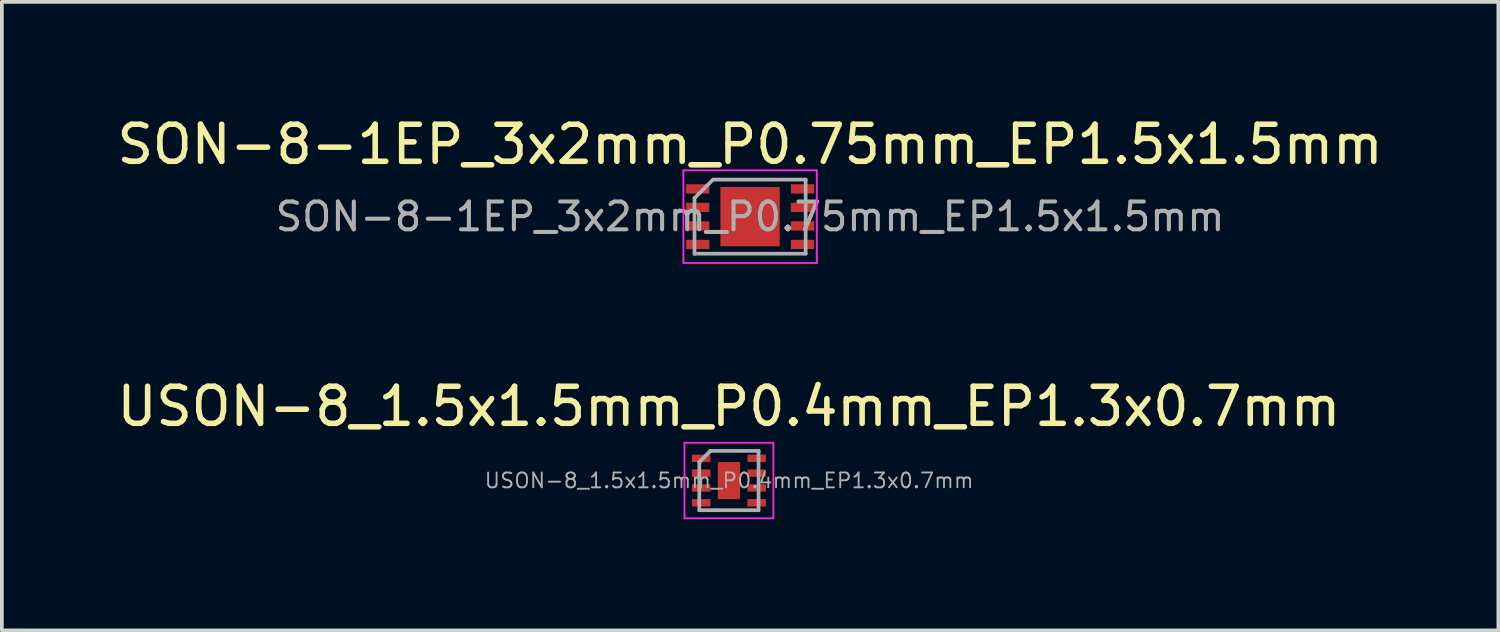
<source format=kicad_pcb>
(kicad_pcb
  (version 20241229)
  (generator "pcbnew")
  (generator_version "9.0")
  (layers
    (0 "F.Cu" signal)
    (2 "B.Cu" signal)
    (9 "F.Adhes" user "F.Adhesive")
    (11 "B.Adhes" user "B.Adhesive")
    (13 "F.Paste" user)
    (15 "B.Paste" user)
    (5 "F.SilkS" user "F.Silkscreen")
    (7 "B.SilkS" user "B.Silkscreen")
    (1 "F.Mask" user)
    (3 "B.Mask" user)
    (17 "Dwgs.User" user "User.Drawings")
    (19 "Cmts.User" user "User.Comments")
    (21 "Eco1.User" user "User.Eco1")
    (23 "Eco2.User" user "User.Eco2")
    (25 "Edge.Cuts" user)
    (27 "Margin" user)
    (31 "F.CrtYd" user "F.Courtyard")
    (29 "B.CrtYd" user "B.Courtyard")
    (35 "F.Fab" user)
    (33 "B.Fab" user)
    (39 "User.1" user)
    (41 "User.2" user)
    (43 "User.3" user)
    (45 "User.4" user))
  (footprint "SON-8-1EP_3x2mm_P0.75mm_EP1.5x1.5mm"
    (layer "F.Cu")
    (at 17.196 2.798)
    (property "Reference" "SON-8-1EP_3x2mm_P0.75mm_EP1.5x1.5mm" (at 0 -1.95 0) (layer "F.SilkS") (effects (font (size 1 1) (thickness 0.15))))
    (attr smd)
    (fp_line (start -1.8 -1.25) (end -1.8 1.25) (stroke (width 0.05) (type solid)) (layer "F.CrtYd"))
    (fp_line (start -1.8 1.25) (end 1.8 1.25) (stroke (width 0.05) (type solid)) (layer "F.CrtYd"))
    (fp_line (start 1.8 -1.25) (end -1.8 -1.25) (stroke (width 0.05) (type solid)) (layer "F.CrtYd"))
    (fp_line (start 1.8 1.25) (end 1.8 -1.25) (stroke (width 0.05) (type solid)) (layer "F.CrtYd"))
    (fp_line (start -1.5 -0.5) (end -1 -1) (stroke (width 0.1) (type solid)) (layer "F.Fab"))
    (fp_line (start -1.5 1) (end -1.5 -0.5) (stroke (width 0.1) (type solid)) (layer "F.Fab"))
    (fp_line (start -1 -1) (end 1.5 -1) (stroke (width 0.1) (type solid)) (layer "F.Fab"))
    (fp_line (start 1.5 -1) (end 1.5 1) (stroke (width 0.1) (type solid)) (layer "F.Fab"))
    (fp_line (start 1.5 1) (end -1.5 1) (stroke (width 0.1) (type solid)) (layer "F.Fab"))
    (fp_text user "${REFERENCE}" (at 0 0 0) (layer "F.Fab") (effects (font (size 0.75 0.75) (thickness 0.11))))
    (pad "" smd rect (at -0.35 -0.35) (size 0.6 0.6) (layers "F.Paste"))
    (pad "" smd rect (at -0.35 0.35) (size 0.6 0.6) (layers "F.Paste"))
    (pad "" smd rect (at 0.35 -0.35) (size 0.6 0.6) (layers "F.Paste"))
    (pad "" smd rect (at 0.35 0.35) (size 0.6 0.6) (layers "F.Paste"))
    (pad "1" smd rect (at -1.413 -0.75) (size 0.625 0.25) (layers "F.Cu" "F.Mask" "F.Paste"))
    (pad "2" smd rect (at -1.413 -0.25) (size 0.625 0.25) (layers "F.Cu" "F.Mask" "F.Paste"))
    (pad "3" smd rect (at -1.413 0.25) (size 0.625 0.25) (layers "F.Cu" "F.Mask" "F.Paste"))
    (pad "4" smd rect (at -1.413 0.75) (size 0.625 0.25) (layers "F.Cu" "F.Mask" "F.Paste"))
    (pad "5" smd rect (at 1.413 0.75) (size 0.625 0.25) (layers "F.Cu" "F.Mask" "F.Paste"))
    (pad "6" smd rect (at 1.413 0.25) (size 0.625 0.25) (layers "F.Cu" "F.Mask" "F.Paste"))
    (pad "7" smd rect (at 1.413 -0.25) (size 0.625 0.25) (layers "F.Cu" "F.Mask" "F.Paste"))
    (pad "8" smd rect (at 1.413 -0.75) (size 0.625 0.25) (layers "F.Cu" "F.Mask" "F.Paste"))
    (pad "9" smd rect (at 0 0) (size 1.6 1.6) (layers "F.Cu" "F.Mask")))
  (footprint "USON-8_1.5x1.5mm_P0.4mm_EP1.3x0.7mm"
    (layer "F.Cu")
    (at 16.625 9.921)
    (property "Reference" "USON-8_1.5x1.5mm_P0.4mm_EP1.3x0.7mm" (at 0 -2 0) (layer "F.SilkS") (effects (font (size 1 1) (thickness 0.15))))
    (attr smd)
    (fp_line (start -1.2 1.02) (end -1.2 -1.02) (stroke (width 0.05) (type solid)) (layer "F.CrtYd"))
    (fp_line (start -1.2 1.02) (end 1.2 1.02) (stroke (width 0.05) (type solid)) (layer "F.CrtYd"))
    (fp_line (start 1.2 -1.02) (end -1.2 -1.02) (stroke (width 0.05) (type solid)) (layer "F.CrtYd"))
    (fp_line (start 1.2 -1.02) (end 1.2 1.02) (stroke (width 0.05) (type solid)) (layer "F.CrtYd"))
    (fp_line (start -0.8 -0.5) (end -0.8 0.8) (stroke (width 0.1) (type solid)) (layer "F.Fab"))
    (fp_line (start -0.8 0.8) (end 0.8 0.8) (stroke (width 0.1) (type solid)) (layer "F.Fab"))
    (fp_line (start -0.5 -0.8) (end -0.8 -0.5) (stroke (width 0.1) (type solid)) (layer "F.Fab"))
    (fp_line (start 0.8 -0.8) (end -0.5 -0.8) (stroke (width 0.1) (type solid)) (layer "F.Fab"))
    (fp_line (start 0.8 -0.8) (end 0.8 0.8) (stroke (width 0.1) (type solid)) (layer "F.Fab"))
    (fp_text user "${REFERENCE}" (at 0.005 0 0) (layer "F.Fab") (effects (font (size 0.4 0.4) (thickness 0.05))))
    (pad "1" smd rect (at -0.75 -0.6 270) (size 0.2 0.5) (layers "F.Cu" "F.Mask" "F.Paste"))
    (pad "2" smd rect (at -0.75 -0.2 270) (size 0.2 0.5) (layers "F.Cu" "F.Mask" "F.Paste"))
    (pad "3" smd rect (at -0.75 0.2 270) (size 0.2 0.5) (layers "F.Cu" "F.Mask" "F.Paste"))
    (pad "4" smd rect (at -0.75 0.6 270) (size 0.2 0.5) (layers "F.Cu" "F.Mask" "F.Paste"))
    (pad "5" smd rect (at 0.75 0.6 270) (size 0.2 0.5) (layers "F.Cu" "F.Mask" "F.Paste"))
    (pad "6" smd rect (at 0.75 0.2 270) (size 0.2 0.5) (layers "F.Cu" "F.Mask" "F.Paste"))
    (pad "7" smd rect (at 0.75 -0.2 270) (size 0.2 0.5) (layers "F.Cu" "F.Mask" "F.Paste"))
    (pad "8" smd rect (at 0.75 -0.6 270) (size 0.2 0.5) (layers "F.Cu" "F.Mask" "F.Paste"))
    (pad "9" smd rect (at 0 0 270) (size 1 0.6) (layers "F.Cu" "F.Mask" "F.Paste")))
  (gr_rect
    (start -3 -3)
    (end 37.393 13.966)
    (stroke (width 0.1) (type default))
    (fill no)
    (layer "Edge.Cuts")))
</source>
